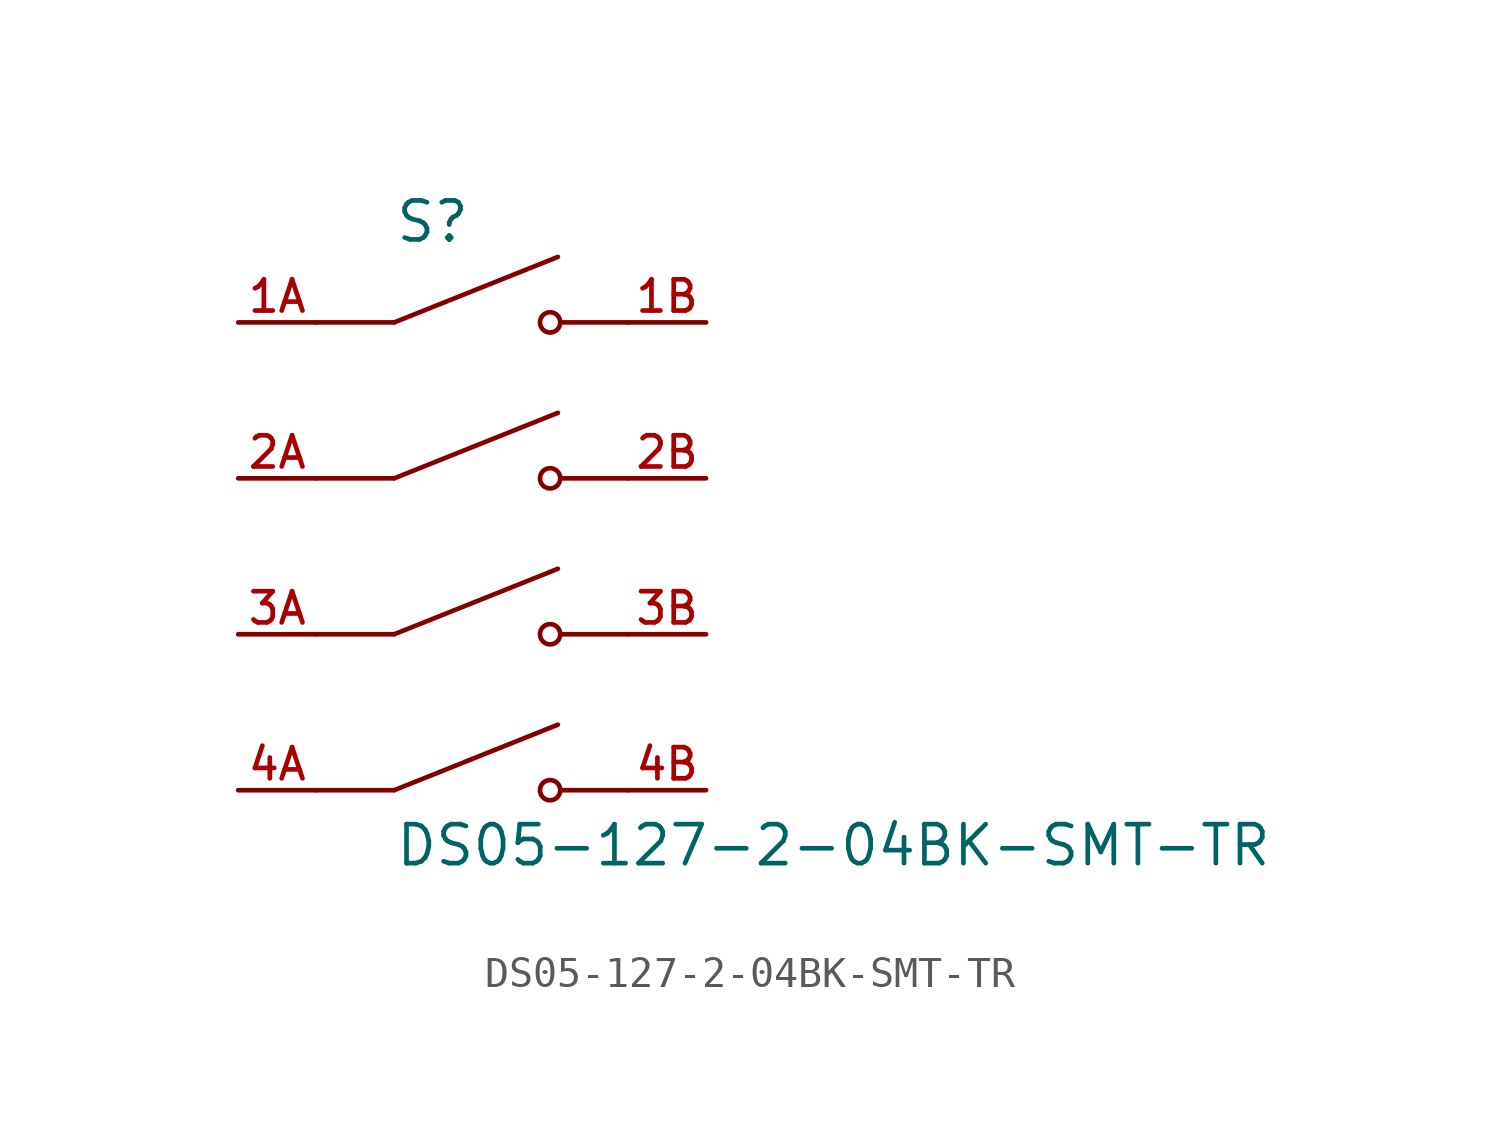
<source format=kicad_sym>
(kicad_symbol_lib
  (version 20241209)
  (generator "kicad_symbol_editor")
  (generator_version "9.0")
  (symbol "DS05-127-2-04BK-SMT-TR"
    (pin_names
      (offset 1.016)
      (hide yes))
    (property "Reference" "S"
      (at -2.54 10.16 0)
      (effects (font (size 1.27 1.27)) (justify left bottom)))
    (property "Value" "DS05-127-2-04BK-SMT-TR"
      (at -2.54 -10.16 0)
      (effects (font (size 1.27 1.27)) (justify left bottom)))
    (property "ki_locked" ""
      (at 0 0 0)
      (effects (font (size 1.27 1.27))))
    (symbol "DS05-127-2-04BK-SMT-TR_0_0"
      (polyline (pts (xy -2.54 7.62) (xy -5.08 7.62)) (stroke (width 0.152) (type solid)) (fill (type none)))
      (polyline (pts (xy -2.54 7.62) (xy 2.794 9.754)) (stroke (width 0.152) (type solid)) (fill (type none)))
      (polyline (pts (xy -2.54 2.54) (xy -5.08 2.54)) (stroke (width 0.152) (type solid)) (fill (type none)))
      (polyline (pts (xy -2.54 2.54) (xy 2.794 4.674)) (stroke (width 0.152) (type solid)) (fill (type none)))
      (polyline (pts (xy -2.54 -2.54) (xy -5.08 -2.54)) (stroke (width 0.152) (type solid)) (fill (type none)))
      (polyline (pts (xy -2.54 -2.54) (xy 2.794 -0.406)) (stroke (width 0.152) (type solid)) (fill (type none)))
      (polyline (pts (xy -2.54 -7.62) (xy -5.08 -7.62)) (stroke (width 0.152) (type solid)) (fill (type none)))
      (polyline (pts (xy -2.54 -7.62) (xy 2.794 -5.486)) (stroke (width 0.152) (type solid)) (fill (type none)))
      (circle (center 2.54 7.62) (radius 0.33) (stroke (width 0.152) (type solid)) (fill (type none)))
      (circle (center 2.54 2.54) (radius 0.33) (stroke (width 0.152) (type solid)) (fill (type none)))
      (circle (center 2.54 -2.54) (radius 0.33) (stroke (width 0.152) (type solid)) (fill (type none)))
      (circle (center 2.54 -7.62) (radius 0.33) (stroke (width 0.152) (type solid)) (fill (type none)))
      (polyline (pts (xy 5.08 7.62) (xy 2.921 7.62)) (stroke (width 0.152) (type solid)) (fill (type none)))
      (polyline (pts (xy 5.08 2.54) (xy 2.921 2.54)) (stroke (width 0.152) (type solid)) (fill (type none)))
      (polyline (pts (xy 5.08 -2.54) (xy 2.921 -2.54)) (stroke (width 0.152) (type solid)) (fill (type none)))
      (polyline (pts (xy 5.08 -7.62) (xy 2.921 -7.62)) (stroke (width 0.152) (type solid)) (fill (type none)))
      (pin passive line (at -7.62 7.62 0) (length 2.54) (name "~" (effects (font (size 1.016 1.016)))) (number "1A" (effects (font (size 1.016 1.016)))))
      (pin passive line (at -7.62 2.54 0) (length 2.54) (name "~" (effects (font (size 1.016 1.016)))) (number "2A" (effects (font (size 1.016 1.016)))))
      (pin passive line (at -7.62 -2.54 0) (length 2.54) (name "~" (effects (font (size 1.016 1.016)))) (number "3A" (effects (font (size 1.016 1.016)))))
      (pin passive line (at -7.62 -7.62 0) (length 2.54) (name "~" (effects (font (size 1.016 1.016)))) (number "4A" (effects (font (size 1.016 1.016)))))
      (pin passive line (at 7.62 7.62 180) (length 2.54) (name "~" (effects (font (size 1.016 1.016)))) (number "1B" (effects (font (size 1.016 1.016)))))
      (pin passive line (at 7.62 2.54 180) (length 2.54) (name "~" (effects (font (size 1.016 1.016)))) (number "2B" (effects (font (size 1.016 1.016)))))
      (pin passive line (at 7.62 -2.54 180) (length 2.54) (name "~" (effects (font (size 1.016 1.016)))) (number "3B" (effects (font (size 1.016 1.016)))))
      (pin passive line (at 7.62 -7.62 180) (length 2.54) (name "~" (effects (font (size 1.016 1.016)))) (number "4B" (effects (font (size 1.016 1.016))))))))
</source>
